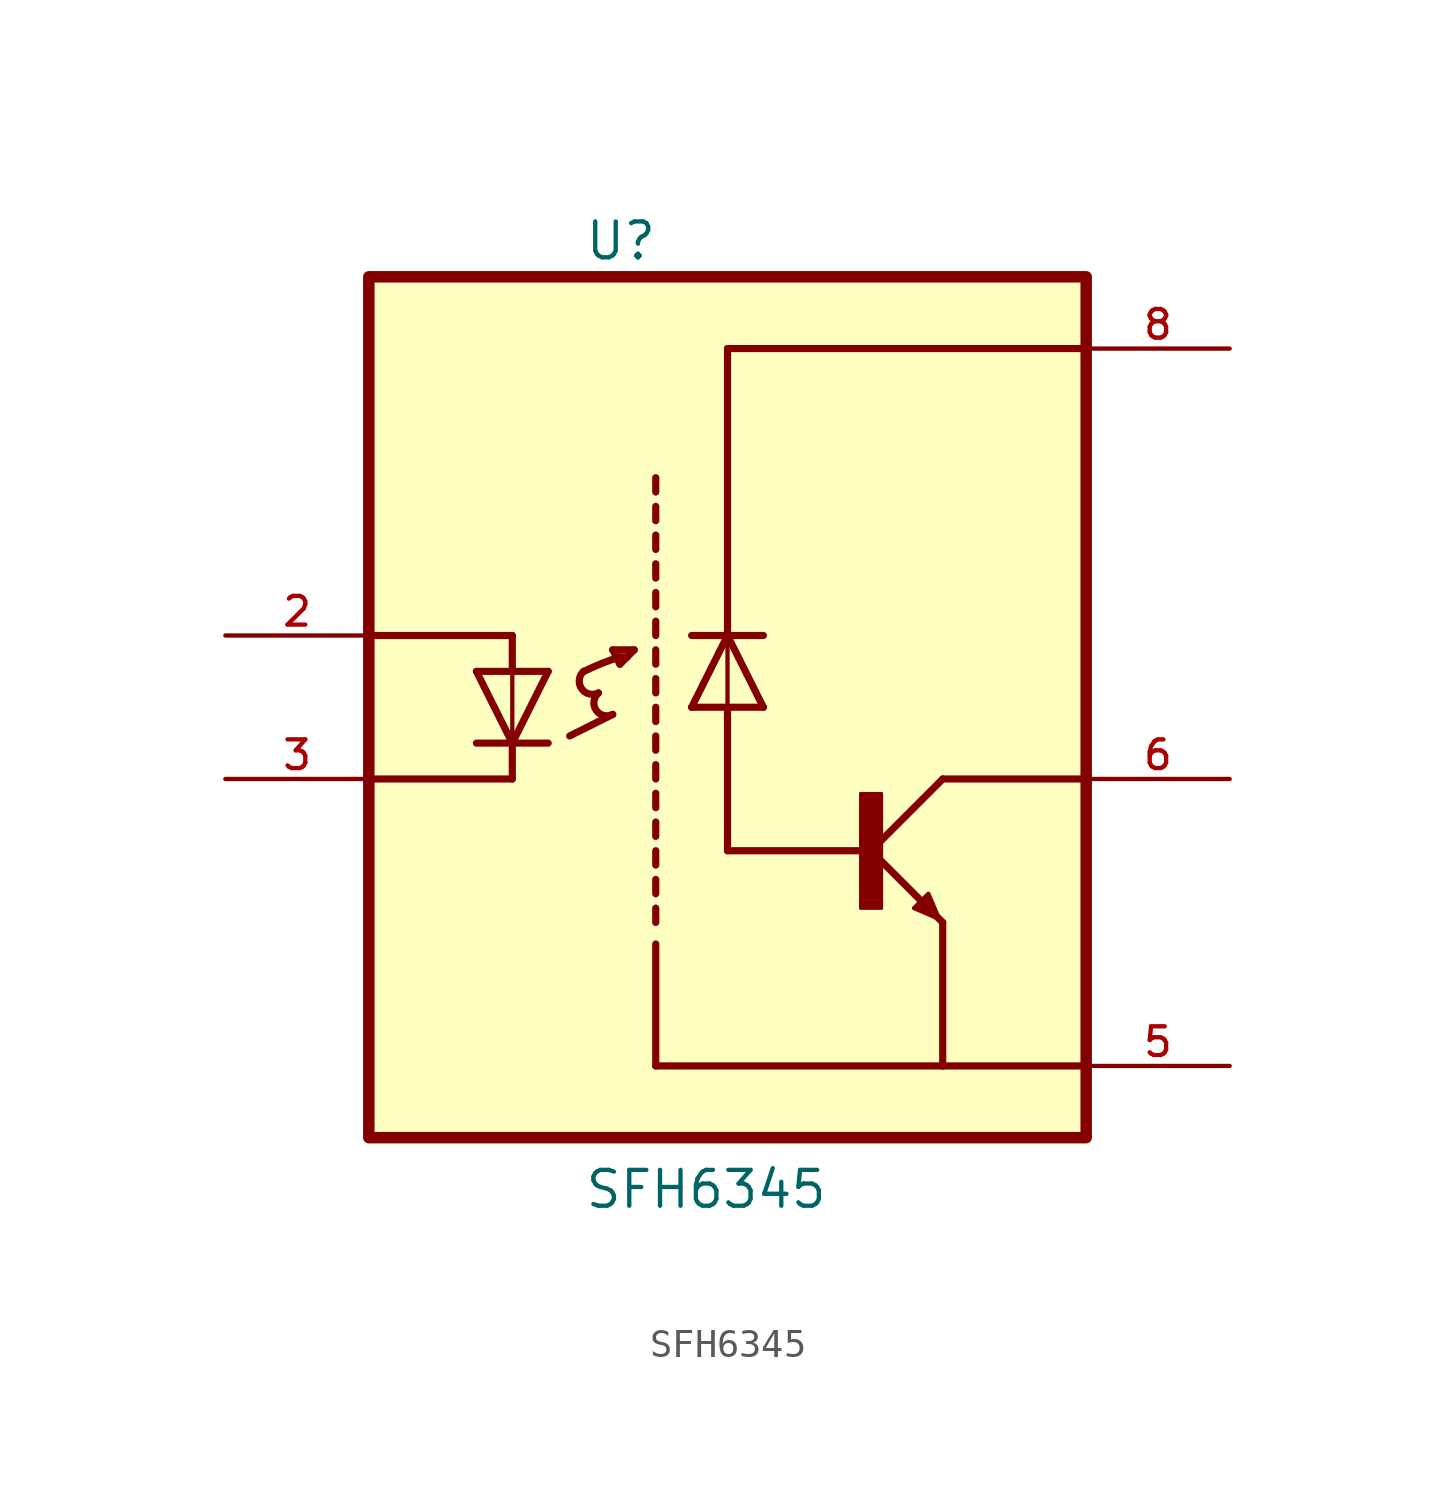
<source format=kicad_sym>
(kicad_symbol_lib
  (version 20211014)
  (generator kicad_symbol_editor)
  (symbol "SFH6345"
    (pin_names
      (offset 1.016))
    (property "Reference" "U"
      (at -5.086 15.768 0)
      (effects (font (size 1.27 1.27)) (justify bottom left)))
    (property "Value" "SFH6345"
      (at -5.09 -17.814 0)
      (effects (font (size 1.27 1.27)) (justify bottom left)))
    (symbol "SFH6345_0_0"
      (polyline (pts (xy -6.35 1.27) (xy -7.62 -1.27)) (stroke (width 0.254)))
      (polyline (pts (xy -7.62 -1.27) (xy -8.89 1.27)) (stroke (width 0.254)))
      (polyline (pts (xy -6.35 -1.27) (xy -7.62 -1.27)) (stroke (width 0.254)))
      (polyline (pts (xy -7.62 -1.27) (xy -8.89 -1.27)) (stroke (width 0.254)))
      (polyline (pts (xy -6.35 1.27) (xy -7.62 1.27)) (stroke (width 0.254)))
      (polyline (pts (xy -7.62 1.27) (xy -8.89 1.27)) (stroke (width 0.254)))
      (polyline (pts (xy -7.62 1.27) (xy -7.62 -1.27)) (stroke (width 0.152)))
      (polyline (pts (xy -7.62 -1.27) (xy -7.62 -2.54)) (stroke (width 0.254)))
      (polyline (pts (xy -7.62 1.27) (xy -7.62 2.54)) (stroke (width 0.254)))
      (polyline (pts (xy 7.62 -2.54) (xy 5.08 -5.08)) (stroke (width 0.254)))
      (polyline (pts (xy 5.08 -5.08) (xy 7.62 -7.62)) (stroke (width 0.254)))
      (rectangle (start 4.707 -7.125) (end 5.461 -3.048) (stroke (width 0.1)) (fill (type outline)))
      (polyline (pts (xy 7.493 -7.493) (xy 7.112 -6.604) (xy 6.604 -7.112) (xy 7.493 -7.493)) (stroke (width 0.152)) (fill (type outline)))
      (polyline (pts (xy -1.27 0.0) (xy 0.0 2.54)) (stroke (width 0.254)))
      (polyline (pts (xy 0.0 2.54) (xy 1.27 0.0)) (stroke (width 0.254)))
      (polyline (pts (xy -1.27 2.54) (xy 0.0 2.54)) (stroke (width 0.254)))
      (polyline (pts (xy 0.0 2.54) (xy 1.27 2.54)) (stroke (width 0.254)))
      (polyline (pts (xy -1.27 0.0) (xy 0.0 0.0)) (stroke (width 0.254)))
      (polyline (pts (xy 0.0 0.0) (xy 1.27 0.0)) (stroke (width 0.254)))
      (polyline (pts (xy 0.0 0.0) (xy 0.0 2.54)) (stroke (width 0.152)))
      (polyline (pts (xy -7.62 2.54) (xy -12.7 2.54)) (stroke (width 0.254)))
      (polyline (pts (xy -7.62 -2.54) (xy -12.7 -2.54)) (stroke (width 0.254)))
      (polyline (pts (xy 7.62 -2.54) (xy 12.7 -2.54)) (stroke (width 0.254)))
      (polyline (pts (xy 0.0 0.0) (xy 0.0 -5.08)) (stroke (width 0.254)))
      (polyline (pts (xy 0.0 -5.08) (xy 5.08 -5.08)) (stroke (width 0.254)))
      (polyline (pts (xy 0.0 2.54) (xy 0.0 12.7)) (stroke (width 0.254)))
      (polyline (pts (xy 0.0 12.7) (xy 12.7 12.7)) (stroke (width 0.254)))
      (polyline (pts (xy -2.54 -7.62) (xy -2.54 -7.112)) (stroke (width 0.254)))
      (polyline (pts (xy -2.54 -6.604) (xy -2.54 -6.096)) (stroke (width 0.254)))
      (polyline (pts (xy -2.54 -5.588) (xy -2.54 -5.08)) (stroke (width 0.254)))
      (polyline (pts (xy -2.54 -4.572) (xy -2.54 -4.064)) (stroke (width 0.254)))
      (polyline (pts (xy -2.54 -3.556) (xy -2.54 -3.048)) (stroke (width 0.254)))
      (polyline (pts (xy -2.54 -2.54) (xy -2.54 -2.032)) (stroke (width 0.254)))
      (polyline (pts (xy -2.54 -1.524) (xy -2.54 -1.016)) (stroke (width 0.254)))
      (polyline (pts (xy -2.54 -0.508) (xy -2.54 0.0)) (stroke (width 0.254)))
      (polyline (pts (xy -2.54 0.508) (xy -2.54 1.016)) (stroke (width 0.254)))
      (polyline (pts (xy -2.54 1.524) (xy -2.54 2.032)) (stroke (width 0.254)))
      (polyline (pts (xy -2.54 2.54) (xy -2.54 3.048)) (stroke (width 0.254)))
      (polyline (pts (xy -2.54 3.556) (xy -2.54 4.064)) (stroke (width 0.254)))
      (polyline (pts (xy -2.54 4.572) (xy -2.54 5.08)) (stroke (width 0.254)))
      (polyline (pts (xy -2.54 5.588) (xy -2.54 6.096)) (stroke (width 0.254)))
      (polyline (pts (xy -2.54 6.604) (xy -2.54 7.112)) (stroke (width 0.254)))
      (polyline (pts (xy -2.54 7.62) (xy -2.54 8.128)) (stroke (width 0.254)))
      (polyline (pts (xy -5.588 -1.016) (xy -4.064 -0.254)) (stroke (width 0.254)))
      (arc (start -4.572 0.508) (mid -3.8859 0.4139) (end -4.064 -0.254) (stroke (width 0.254) (type default) (color 0 0 0 0)) (fill (type none)))
      (arc (start -5.08 1.27) (mid -5.257 0.6004) (end -4.572 0.508) (stroke (width 0.254) (type default) (color 0 0 0 0)) (fill (type none)))
      (arc (start -3.81 1.778) (mid -4.4239 1.563) (end -5.08 1.27) (stroke (width 0.254) (type default) (color 0 0 0 0)) (fill (type none)))
      (polyline (pts (xy -4.064 2.032) (xy -3.81 1.524)) (stroke (width 0.254)))
      (polyline (pts (xy -3.81 1.524) (xy -3.556 1.778)) (stroke (width 0.254)))
      (polyline (pts (xy -3.556 1.778) (xy -3.302 2.032)) (stroke (width 0.254)))
      (polyline (pts (xy -3.302 2.032) (xy -4.064 2.032)) (stroke (width 0.254)))
      (polyline (pts (xy -3.81 1.778) (xy -3.556 1.778)) (stroke (width 0.254)))
      (polyline (pts (xy 7.62 -7.62) (xy 7.62 -12.7)) (stroke (width 0.254)))
      (polyline (pts (xy 7.62 -12.7) (xy 12.7 -12.7)) (stroke (width 0.254)))
      (polyline (pts (xy 7.62 -12.7) (xy -2.54 -12.7)) (stroke (width 0.254)))
      (polyline (pts (xy -2.54 -12.7) (xy -2.54 -8.382)) (stroke (width 0.254)))
      (rectangle (start -12.7 -15.24) (end 12.7 15.24) (stroke (width 0.406)) (fill (type background)))
      (pin passive line (at -17.78 2.54 0) (length 5.08) (name "~" (effects (font (size 1.016 1.016)))) (number "2" (effects (font (size 1.016 1.016)))))
      (pin passive line (at -17.78 -2.54 0) (length 5.08) (name "~" (effects (font (size 1.016 1.016)))) (number "3" (effects (font (size 1.016 1.016)))))
      (pin power_in line (at 17.78 12.7 180.0) (length 5.08) (name "~" (effects (font (size 1.016 1.016)))) (number "8" (effects (font (size 1.016 1.016)))))
      (pin passive line (at 17.78 -2.54 180.0) (length 5.08) (name "~" (effects (font (size 1.016 1.016)))) (number "6" (effects (font (size 1.016 1.016)))))
      (pin passive line (at 17.78 -12.7 180.0) (length 5.08) (name "~" (effects (font (size 1.016 1.016)))) (number "5" (effects (font (size 1.016 1.016))))))))
</source>
